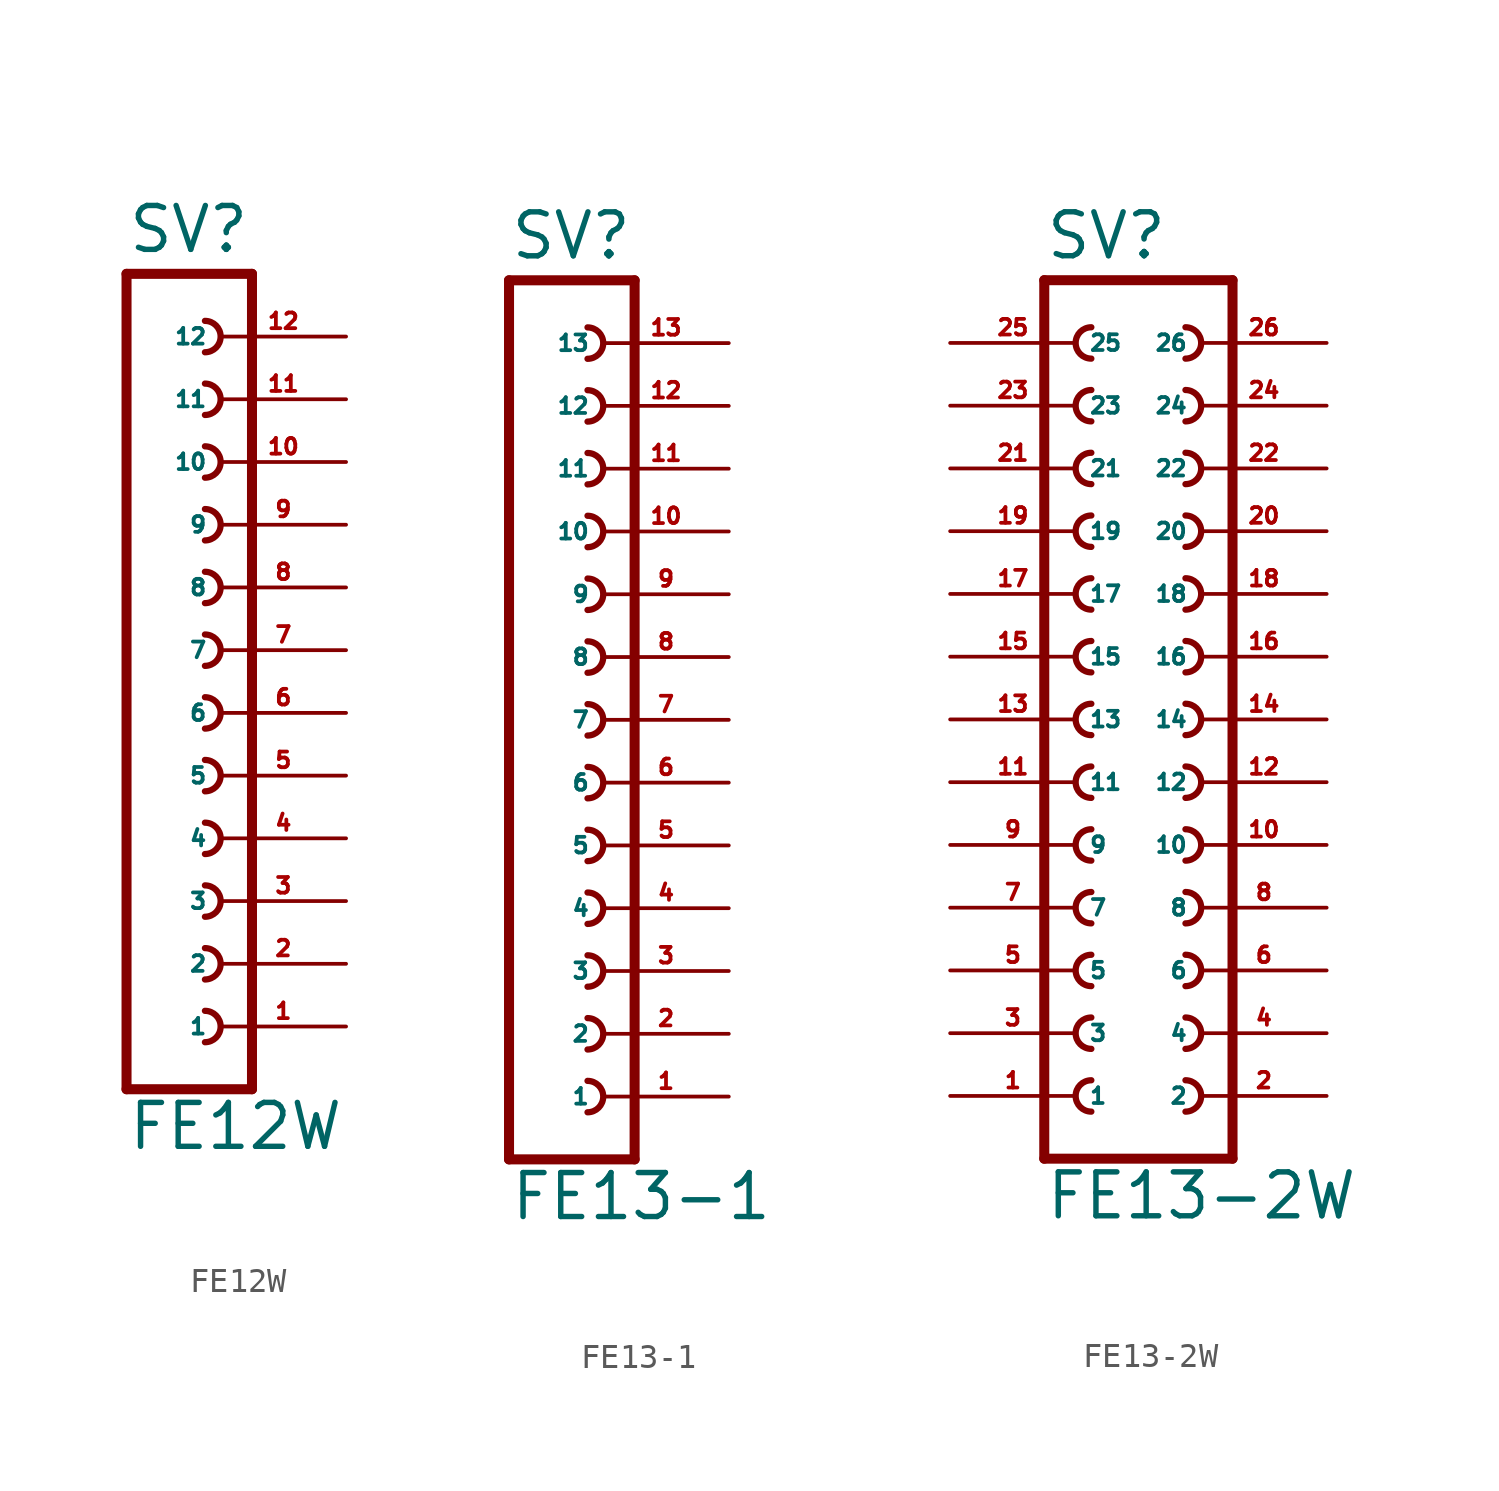
<source format=kicad_sym>
(kicad_symbol_lib
  (version 20220914)
  (generator Eagle2Kicad)
  (symbol "FE12W"
    (property "Reference" "SV"
      (at -1.27 18.542 0)
      (effects (font (size 1.778 1.778) (thickness 0.22)) (justify left bottom)))
    (property "Value" "FE12W"
      (at -1.27 -17.78 0)
      (effects (font (size 1.778 1.778) (thickness 0.22)) (justify left bottom)))
    (polyline
      (pts (xy 3.81 -15.24) (xy -1.27 -15.24))
      (stroke (width 0.406) (type default))
      (fill (type none)))
    (arc
      (start 1.905 -8.255)
      (mid 2.540 -7.620)
      (end 1.905 -6.985)
      (stroke (width 0.254) (type default))
      (fill (type none)))
    (arc
      (start 1.905 -10.795)
      (mid 2.540 -10.160)
      (end 1.905 -9.525)
      (stroke (width 0.254) (type default))
      (fill (type none)))
    (arc
      (start 1.905 -13.335)
      (mid 2.540 -12.700)
      (end 1.905 -12.065)
      (stroke (width 0.254) (type default))
      (fill (type none)))
    (arc
      (start 1.905 -3.175)
      (mid 2.540 -2.540)
      (end 1.905 -1.905)
      (stroke (width 0.254) (type default))
      (fill (type none)))
    (arc
      (start 1.905 -5.715)
      (mid 2.540 -5.080)
      (end 1.905 -4.445)
      (stroke (width 0.254) (type default))
      (fill (type none)))
    (arc
      (start 1.905 4.445)
      (mid 2.540 5.080)
      (end 1.905 5.715)
      (stroke (width 0.254) (type default))
      (fill (type none)))
    (arc
      (start 1.905 1.905)
      (mid 2.540 2.540)
      (end 1.905 3.175)
      (stroke (width 0.254) (type default))
      (fill (type none)))
    (arc
      (start 1.905 -0.635)
      (mid 2.540 0.000)
      (end 1.905 0.635)
      (stroke (width 0.254) (type default))
      (fill (type none)))
    (arc
      (start 1.905 9.525)
      (mid 2.540 10.160)
      (end 1.905 10.795)
      (stroke (width 0.254) (type default))
      (fill (type none)))
    (arc
      (start 1.905 6.985)
      (mid 2.540 7.620)
      (end 1.905 8.255)
      (stroke (width 0.254) (type default))
      (fill (type none)))
    (arc
      (start 1.905 14.605)
      (mid 2.540 15.240)
      (end 1.905 15.875)
      (stroke (width 0.254) (type default))
      (fill (type none)))
    (arc
      (start 1.905 12.065)
      (mid 2.540 12.700)
      (end 1.905 13.335)
      (stroke (width 0.254) (type default))
      (fill (type none)))
    (polyline
      (pts (xy -1.27 17.78) (xy -1.27 -15.24))
      (stroke (width 0.406) (type default))
      (fill (type none)))
    (polyline
      (pts (xy 3.81 -15.24) (xy 3.81 17.78))
      (stroke (width 0.406) (type default))
      (fill (type none)))
    (polyline
      (pts (xy -1.27 17.78) (xy 3.81 17.78))
      (stroke (width 0.406) (type default))
      (fill (type none)))
    (pin passive line
      (at 7.62 -12.7 180)
      (length 5.08)
      (name "1" (effects (font (size 0.635 0.635) (thickness 0.08)) (justify left bottom)))
      (number "1" (effects (font (size 0.635 0.635) (thickness 0.08)) (justify left bottom))))
    (pin passive line
      (at 7.62 -10.16 180)
      (length 5.08)
      (name "2" (effects (font (size 0.635 0.635) (thickness 0.08)) (justify left bottom)))
      (number "2" (effects (font (size 0.635 0.635) (thickness 0.08)) (justify left bottom))))
    (pin passive line
      (at 7.62 -7.62 180)
      (length 5.08)
      (name "3" (effects (font (size 0.635 0.635) (thickness 0.08)) (justify left bottom)))
      (number "3" (effects (font (size 0.635 0.635) (thickness 0.08)) (justify left bottom))))
    (pin passive line
      (at 7.62 -5.08 180)
      (length 5.08)
      (name "4" (effects (font (size 0.635 0.635) (thickness 0.08)) (justify left bottom)))
      (number "4" (effects (font (size 0.635 0.635) (thickness 0.08)) (justify left bottom))))
    (pin passive line
      (at 7.62 -2.54 180)
      (length 5.08)
      (name "5" (effects (font (size 0.635 0.635) (thickness 0.08)) (justify left bottom)))
      (number "5" (effects (font (size 0.635 0.635) (thickness 0.08)) (justify left bottom))))
    (pin passive line
      (at 7.62 0 180)
      (length 5.08)
      (name "6" (effects (font (size 0.635 0.635) (thickness 0.08)) (justify left bottom)))
      (number "6" (effects (font (size 0.635 0.635) (thickness 0.08)) (justify left bottom))))
    (pin passive line
      (at 7.62 2.54 180)
      (length 5.08)
      (name "7" (effects (font (size 0.635 0.635) (thickness 0.08)) (justify left bottom)))
      (number "7" (effects (font (size 0.635 0.635) (thickness 0.08)) (justify left bottom))))
    (pin passive line
      (at 7.62 5.08 180)
      (length 5.08)
      (name "8" (effects (font (size 0.635 0.635) (thickness 0.08)) (justify left bottom)))
      (number "8" (effects (font (size 0.635 0.635) (thickness 0.08)) (justify left bottom))))
    (pin passive line
      (at 7.62 7.62 180)
      (length 5.08)
      (name "9" (effects (font (size 0.635 0.635) (thickness 0.08)) (justify left bottom)))
      (number "9" (effects (font (size 0.635 0.635) (thickness 0.08)) (justify left bottom))))
    (pin passive line
      (at 7.62 10.16 180)
      (length 5.08)
      (name "10" (effects (font (size 0.635 0.635) (thickness 0.08)) (justify left bottom)))
      (number "10" (effects (font (size 0.635 0.635) (thickness 0.08)) (justify left bottom))))
    (pin passive line
      (at 7.62 12.7 180)
      (length 5.08)
      (name "11" (effects (font (size 0.635 0.635) (thickness 0.08)) (justify left bottom)))
      (number "11" (effects (font (size 0.635 0.635) (thickness 0.08)) (justify left bottom))))
    (pin passive line
      (at 7.62 15.24 180)
      (length 5.08)
      (name "12" (effects (font (size 0.635 0.635) (thickness 0.08)) (justify left bottom)))
      (number "12" (effects (font (size 0.635 0.635) (thickness 0.08)) (justify left bottom)))))
  (symbol "FE13-1"
    (property "Reference" "SV"
      (at -1.27 18.542 0)
      (effects (font (size 1.778 1.778) (thickness 0.22)) (justify left bottom)))
    (property "Value" "FE13-1"
      (at -1.27 -20.32 0)
      (effects (font (size 1.778 1.778) (thickness 0.22)) (justify left bottom)))
    (polyline
      (pts (xy 3.81 -17.78) (xy -1.27 -17.78))
      (stroke (width 0.406) (type default))
      (fill (type none)))
    (arc
      (start 1.905 -10.795)
      (mid 2.540 -10.160)
      (end 1.905 -9.525)
      (stroke (width 0.254) (type default))
      (fill (type none)))
    (arc
      (start 1.905 -13.335)
      (mid 2.540 -12.700)
      (end 1.905 -12.065)
      (stroke (width 0.254) (type default))
      (fill (type none)))
    (arc
      (start 1.905 -15.875)
      (mid 2.540 -15.240)
      (end 1.905 -14.605)
      (stroke (width 0.254) (type default))
      (fill (type none)))
    (arc
      (start 1.905 -5.715)
      (mid 2.540 -5.080)
      (end 1.905 -4.445)
      (stroke (width 0.254) (type default))
      (fill (type none)))
    (arc
      (start 1.905 -8.255)
      (mid 2.540 -7.620)
      (end 1.905 -6.985)
      (stroke (width 0.254) (type default))
      (fill (type none)))
    (arc
      (start 1.905 1.905)
      (mid 2.540 2.540)
      (end 1.905 3.175)
      (stroke (width 0.254) (type default))
      (fill (type none)))
    (arc
      (start 1.905 -0.635)
      (mid 2.540 0.000)
      (end 1.905 0.635)
      (stroke (width 0.254) (type default))
      (fill (type none)))
    (arc
      (start 1.905 -3.175)
      (mid 2.540 -2.540)
      (end 1.905 -1.905)
      (stroke (width 0.254) (type default))
      (fill (type none)))
    (arc
      (start 1.905 6.985)
      (mid 2.540 7.620)
      (end 1.905 8.255)
      (stroke (width 0.254) (type default))
      (fill (type none)))
    (arc
      (start 1.905 4.445)
      (mid 2.540 5.080)
      (end 1.905 5.715)
      (stroke (width 0.254) (type default))
      (fill (type none)))
    (arc
      (start 1.905 14.605)
      (mid 2.540 15.240)
      (end 1.905 15.875)
      (stroke (width 0.254) (type default))
      (fill (type none)))
    (arc
      (start 1.905 12.065)
      (mid 2.540 12.700)
      (end 1.905 13.335)
      (stroke (width 0.254) (type default))
      (fill (type none)))
    (arc
      (start 1.905 9.525)
      (mid 2.540 10.160)
      (end 1.905 10.795)
      (stroke (width 0.254) (type default))
      (fill (type none)))
    (polyline
      (pts (xy -1.27 17.78) (xy -1.27 -17.78))
      (stroke (width 0.406) (type default))
      (fill (type none)))
    (polyline
      (pts (xy 3.81 -17.78) (xy 3.81 17.78))
      (stroke (width 0.406) (type default))
      (fill (type none)))
    (polyline
      (pts (xy -1.27 17.78) (xy 3.81 17.78))
      (stroke (width 0.406) (type default))
      (fill (type none)))
    (pin passive line
      (at 7.62 -15.24 180)
      (length 5.08)
      (name "1" (effects (font (size 0.635 0.635) (thickness 0.08)) (justify left bottom)))
      (number "1" (effects (font (size 0.635 0.635) (thickness 0.08)) (justify left bottom))))
    (pin passive line
      (at 7.62 -12.7 180)
      (length 5.08)
      (name "2" (effects (font (size 0.635 0.635) (thickness 0.08)) (justify left bottom)))
      (number "2" (effects (font (size 0.635 0.635) (thickness 0.08)) (justify left bottom))))
    (pin passive line
      (at 7.62 -10.16 180)
      (length 5.08)
      (name "3" (effects (font (size 0.635 0.635) (thickness 0.08)) (justify left bottom)))
      (number "3" (effects (font (size 0.635 0.635) (thickness 0.08)) (justify left bottom))))
    (pin passive line
      (at 7.62 -7.62 180)
      (length 5.08)
      (name "4" (effects (font (size 0.635 0.635) (thickness 0.08)) (justify left bottom)))
      (number "4" (effects (font (size 0.635 0.635) (thickness 0.08)) (justify left bottom))))
    (pin passive line
      (at 7.62 -5.08 180)
      (length 5.08)
      (name "5" (effects (font (size 0.635 0.635) (thickness 0.08)) (justify left bottom)))
      (number "5" (effects (font (size 0.635 0.635) (thickness 0.08)) (justify left bottom))))
    (pin passive line
      (at 7.62 -2.54 180)
      (length 5.08)
      (name "6" (effects (font (size 0.635 0.635) (thickness 0.08)) (justify left bottom)))
      (number "6" (effects (font (size 0.635 0.635) (thickness 0.08)) (justify left bottom))))
    (pin passive line
      (at 7.62 0 180)
      (length 5.08)
      (name "7" (effects (font (size 0.635 0.635) (thickness 0.08)) (justify left bottom)))
      (number "7" (effects (font (size 0.635 0.635) (thickness 0.08)) (justify left bottom))))
    (pin passive line
      (at 7.62 2.54 180)
      (length 5.08)
      (name "8" (effects (font (size 0.635 0.635) (thickness 0.08)) (justify left bottom)))
      (number "8" (effects (font (size 0.635 0.635) (thickness 0.08)) (justify left bottom))))
    (pin passive line
      (at 7.62 5.08 180)
      (length 5.08)
      (name "9" (effects (font (size 0.635 0.635) (thickness 0.08)) (justify left bottom)))
      (number "9" (effects (font (size 0.635 0.635) (thickness 0.08)) (justify left bottom))))
    (pin passive line
      (at 7.62 7.62 180)
      (length 5.08)
      (name "10" (effects (font (size 0.635 0.635) (thickness 0.08)) (justify left bottom)))
      (number "10" (effects (font (size 0.635 0.635) (thickness 0.08)) (justify left bottom))))
    (pin passive line
      (at 7.62 10.16 180)
      (length 5.08)
      (name "11" (effects (font (size 0.635 0.635) (thickness 0.08)) (justify left bottom)))
      (number "11" (effects (font (size 0.635 0.635) (thickness 0.08)) (justify left bottom))))
    (pin passive line
      (at 7.62 12.7 180)
      (length 5.08)
      (name "12" (effects (font (size 0.635 0.635) (thickness 0.08)) (justify left bottom)))
      (number "12" (effects (font (size 0.635 0.635) (thickness 0.08)) (justify left bottom))))
    (pin passive line
      (at 7.62 15.24 180)
      (length 5.08)
      (name "13" (effects (font (size 0.635 0.635) (thickness 0.08)) (justify left bottom)))
      (number "13" (effects (font (size 0.635 0.635) (thickness 0.08)) (justify left bottom)))))
  (symbol "FE13-2W"
    (property "Reference" "SV"
      (at -3.81 18.542 0)
      (effects (font (size 1.778 1.778) (thickness 0.22)) (justify left bottom)))
    (property "Value" "FE13-2W"
      (at -3.81 -20.32 0)
      (effects (font (size 1.778 1.778) (thickness 0.22)) (justify left bottom)))
    (polyline
      (pts (xy 3.81 -17.78) (xy -3.81 -17.78))
      (stroke (width 0.406) (type default))
      (fill (type none)))
    (arc
      (start -1.905 -9.525)
      (mid -2.540 -10.160)
      (end -1.905 -10.795)
      (stroke (width 0.254) (type default))
      (fill (type none)))
    (arc
      (start -1.905 -12.065)
      (mid -2.540 -12.700)
      (end -1.905 -13.335)
      (stroke (width 0.254) (type default))
      (fill (type none)))
    (arc
      (start -1.905 -14.605)
      (mid -2.540 -15.240)
      (end -1.905 -15.875)
      (stroke (width 0.254) (type default))
      (fill (type none)))
    (arc
      (start 1.905 -10.795)
      (mid 2.540 -10.160)
      (end 1.905 -9.525)
      (stroke (width 0.254) (type default))
      (fill (type none)))
    (arc
      (start 1.905 -13.335)
      (mid 2.540 -12.700)
      (end 1.905 -12.065)
      (stroke (width 0.254) (type default))
      (fill (type none)))
    (arc
      (start 1.905 -15.875)
      (mid 2.540 -15.240)
      (end 1.905 -14.605)
      (stroke (width 0.254) (type default))
      (fill (type none)))
    (arc
      (start -1.905 -4.445)
      (mid -2.540 -5.080)
      (end -1.905 -5.715)
      (stroke (width 0.254) (type default))
      (fill (type none)))
    (arc
      (start -1.905 -6.985)
      (mid -2.540 -7.620)
      (end -1.905 -8.255)
      (stroke (width 0.254) (type default))
      (fill (type none)))
    (arc
      (start 1.905 -5.715)
      (mid 2.540 -5.080)
      (end 1.905 -4.445)
      (stroke (width 0.254) (type default))
      (fill (type none)))
    (arc
      (start 1.905 -8.255)
      (mid 2.540 -7.620)
      (end 1.905 -6.985)
      (stroke (width 0.254) (type default))
      (fill (type none)))
    (arc
      (start -1.905 3.175)
      (mid -2.540 2.540)
      (end -1.905 1.905)
      (stroke (width 0.254) (type default))
      (fill (type none)))
    (arc
      (start -1.905 0.635)
      (mid -2.540 0.000)
      (end -1.905 -0.635)
      (stroke (width 0.254) (type default))
      (fill (type none)))
    (arc
      (start -1.905 -1.905)
      (mid -2.540 -2.540)
      (end -1.905 -3.175)
      (stroke (width 0.254) (type default))
      (fill (type none)))
    (arc
      (start 1.905 1.905)
      (mid 2.540 2.540)
      (end 1.905 3.175)
      (stroke (width 0.254) (type default))
      (fill (type none)))
    (arc
      (start 1.905 -0.635)
      (mid 2.540 0.000)
      (end 1.905 0.635)
      (stroke (width 0.254) (type default))
      (fill (type none)))
    (arc
      (start 1.905 -3.175)
      (mid 2.540 -2.540)
      (end 1.905 -1.905)
      (stroke (width 0.254) (type default))
      (fill (type none)))
    (arc
      (start -1.905 8.255)
      (mid -2.540 7.620)
      (end -1.905 6.985)
      (stroke (width 0.254) (type default))
      (fill (type none)))
    (arc
      (start -1.905 5.715)
      (mid -2.540 5.080)
      (end -1.905 4.445)
      (stroke (width 0.254) (type default))
      (fill (type none)))
    (arc
      (start 1.905 6.985)
      (mid 2.540 7.620)
      (end 1.905 8.255)
      (stroke (width 0.254) (type default))
      (fill (type none)))
    (arc
      (start 1.905 4.445)
      (mid 2.540 5.080)
      (end 1.905 5.715)
      (stroke (width 0.254) (type default))
      (fill (type none)))
    (arc
      (start -1.905 15.875)
      (mid -2.540 15.240)
      (end -1.905 14.605)
      (stroke (width 0.254) (type default))
      (fill (type none)))
    (arc
      (start -1.905 13.335)
      (mid -2.540 12.700)
      (end -1.905 12.065)
      (stroke (width 0.254) (type default))
      (fill (type none)))
    (arc
      (start -1.905 10.795)
      (mid -2.540 10.160)
      (end -1.905 9.525)
      (stroke (width 0.254) (type default))
      (fill (type none)))
    (arc
      (start 1.905 14.605)
      (mid 2.540 15.240)
      (end 1.905 15.875)
      (stroke (width 0.254) (type default))
      (fill (type none)))
    (arc
      (start 1.905 12.065)
      (mid 2.540 12.700)
      (end 1.905 13.335)
      (stroke (width 0.254) (type default))
      (fill (type none)))
    (arc
      (start 1.905 9.525)
      (mid 2.540 10.160)
      (end 1.905 10.795)
      (stroke (width 0.254) (type default))
      (fill (type none)))
    (polyline
      (pts (xy -3.81 17.78) (xy -3.81 -17.78))
      (stroke (width 0.406) (type default))
      (fill (type none)))
    (polyline
      (pts (xy 3.81 -17.78) (xy 3.81 17.78))
      (stroke (width 0.406) (type default))
      (fill (type none)))
    (polyline
      (pts (xy -3.81 17.78) (xy 3.81 17.78))
      (stroke (width 0.406) (type default))
      (fill (type none)))
    (pin passive line
      (at -7.62 -15.24 0)
      (length 5.08)
      (name "1" (effects (font (size 0.635 0.635) (thickness 0.08)) (justify left bottom)))
      (number "1" (effects (font (size 0.635 0.635) (thickness 0.08)) (justify left bottom))))
    (pin passive line
      (at -7.62 -12.7 0)
      (length 5.08)
      (name "3" (effects (font (size 0.635 0.635) (thickness 0.08)) (justify left bottom)))
      (number "3" (effects (font (size 0.635 0.635) (thickness 0.08)) (justify left bottom))))
    (pin passive line
      (at -7.62 -10.16 0)
      (length 5.08)
      (name "5" (effects (font (size 0.635 0.635) (thickness 0.08)) (justify left bottom)))
      (number "5" (effects (font (size 0.635 0.635) (thickness 0.08)) (justify left bottom))))
    (pin passive line
      (at 7.62 -15.24 180)
      (length 5.08)
      (name "2" (effects (font (size 0.635 0.635) (thickness 0.08)) (justify left bottom)))
      (number "2" (effects (font (size 0.635 0.635) (thickness 0.08)) (justify left bottom))))
    (pin passive line
      (at 7.62 -12.7 180)
      (length 5.08)
      (name "4" (effects (font (size 0.635 0.635) (thickness 0.08)) (justify left bottom)))
      (number "4" (effects (font (size 0.635 0.635) (thickness 0.08)) (justify left bottom))))
    (pin passive line
      (at 7.62 -10.16 180)
      (length 5.08)
      (name "6" (effects (font (size 0.635 0.635) (thickness 0.08)) (justify left bottom)))
      (number "6" (effects (font (size 0.635 0.635) (thickness 0.08)) (justify left bottom))))
    (pin passive line
      (at -7.62 -7.62 0)
      (length 5.08)
      (name "7" (effects (font (size 0.635 0.635) (thickness 0.08)) (justify left bottom)))
      (number "7" (effects (font (size 0.635 0.635) (thickness 0.08)) (justify left bottom))))
    (pin passive line
      (at -7.62 -5.08 0)
      (length 5.08)
      (name "9" (effects (font (size 0.635 0.635) (thickness 0.08)) (justify left bottom)))
      (number "9" (effects (font (size 0.635 0.635) (thickness 0.08)) (justify left bottom))))
    (pin passive line
      (at 7.62 -7.62 180)
      (length 5.08)
      (name "8" (effects (font (size 0.635 0.635) (thickness 0.08)) (justify left bottom)))
      (number "8" (effects (font (size 0.635 0.635) (thickness 0.08)) (justify left bottom))))
    (pin passive line
      (at 7.62 -5.08 180)
      (length 5.08)
      (name "10" (effects (font (size 0.635 0.635) (thickness 0.08)) (justify left bottom)))
      (number "10" (effects (font (size 0.635 0.635) (thickness 0.08)) (justify left bottom))))
    (pin passive line
      (at -7.62 -2.54 0)
      (length 5.08)
      (name "11" (effects (font (size 0.635 0.635) (thickness 0.08)) (justify left bottom)))
      (number "11" (effects (font (size 0.635 0.635) (thickness 0.08)) (justify left bottom))))
    (pin passive line
      (at -7.62 0 0)
      (length 5.08)
      (name "13" (effects (font (size 0.635 0.635) (thickness 0.08)) (justify left bottom)))
      (number "13" (effects (font (size 0.635 0.635) (thickness 0.08)) (justify left bottom))))
    (pin passive line
      (at -7.62 2.54 0)
      (length 5.08)
      (name "15" (effects (font (size 0.635 0.635) (thickness 0.08)) (justify left bottom)))
      (number "15" (effects (font (size 0.635 0.635) (thickness 0.08)) (justify left bottom))))
    (pin passive line
      (at 7.62 -2.54 180)
      (length 5.08)
      (name "12" (effects (font (size 0.635 0.635) (thickness 0.08)) (justify left bottom)))
      (number "12" (effects (font (size 0.635 0.635) (thickness 0.08)) (justify left bottom))))
    (pin passive line
      (at 7.62 0 180)
      (length 5.08)
      (name "14" (effects (font (size 0.635 0.635) (thickness 0.08)) (justify left bottom)))
      (number "14" (effects (font (size 0.635 0.635) (thickness 0.08)) (justify left bottom))))
    (pin passive line
      (at 7.62 2.54 180)
      (length 5.08)
      (name "16" (effects (font (size 0.635 0.635) (thickness 0.08)) (justify left bottom)))
      (number "16" (effects (font (size 0.635 0.635) (thickness 0.08)) (justify left bottom))))
    (pin passive line
      (at -7.62 5.08 0)
      (length 5.08)
      (name "17" (effects (font (size 0.635 0.635) (thickness 0.08)) (justify left bottom)))
      (number "17" (effects (font (size 0.635 0.635) (thickness 0.08)) (justify left bottom))))
    (pin passive line
      (at -7.62 7.62 0)
      (length 5.08)
      (name "19" (effects (font (size 0.635 0.635) (thickness 0.08)) (justify left bottom)))
      (number "19" (effects (font (size 0.635 0.635) (thickness 0.08)) (justify left bottom))))
    (pin passive line
      (at 7.62 5.08 180)
      (length 5.08)
      (name "18" (effects (font (size 0.635 0.635) (thickness 0.08)) (justify left bottom)))
      (number "18" (effects (font (size 0.635 0.635) (thickness 0.08)) (justify left bottom))))
    (pin passive line
      (at 7.62 7.62 180)
      (length 5.08)
      (name "20" (effects (font (size 0.635 0.635) (thickness 0.08)) (justify left bottom)))
      (number "20" (effects (font (size 0.635 0.635) (thickness 0.08)) (justify left bottom))))
    (pin passive line
      (at -7.62 10.16 0)
      (length 5.08)
      (name "21" (effects (font (size 0.635 0.635) (thickness 0.08)) (justify left bottom)))
      (number "21" (effects (font (size 0.635 0.635) (thickness 0.08)) (justify left bottom))))
    (pin passive line
      (at -7.62 12.7 0)
      (length 5.08)
      (name "23" (effects (font (size 0.635 0.635) (thickness 0.08)) (justify left bottom)))
      (number "23" (effects (font (size 0.635 0.635) (thickness 0.08)) (justify left bottom))))
    (pin passive line
      (at -7.62 15.24 0)
      (length 5.08)
      (name "25" (effects (font (size 0.635 0.635) (thickness 0.08)) (justify left bottom)))
      (number "25" (effects (font (size 0.635 0.635) (thickness 0.08)) (justify left bottom))))
    (pin passive line
      (at 7.62 10.16 180)
      (length 5.08)
      (name "22" (effects (font (size 0.635 0.635) (thickness 0.08)) (justify left bottom)))
      (number "22" (effects (font (size 0.635 0.635) (thickness 0.08)) (justify left bottom))))
    (pin passive line
      (at 7.62 12.7 180)
      (length 5.08)
      (name "24" (effects (font (size 0.635 0.635) (thickness 0.08)) (justify left bottom)))
      (number "24" (effects (font (size 0.635 0.635) (thickness 0.08)) (justify left bottom))))
    (pin passive line
      (at 7.62 15.24 180)
      (length 5.08)
      (name "26" (effects (font (size 0.635 0.635) (thickness 0.08)) (justify left bottom)))
      (number "26" (effects (font (size 0.635 0.635) (thickness 0.08)) (justify left bottom))))))
</source>
